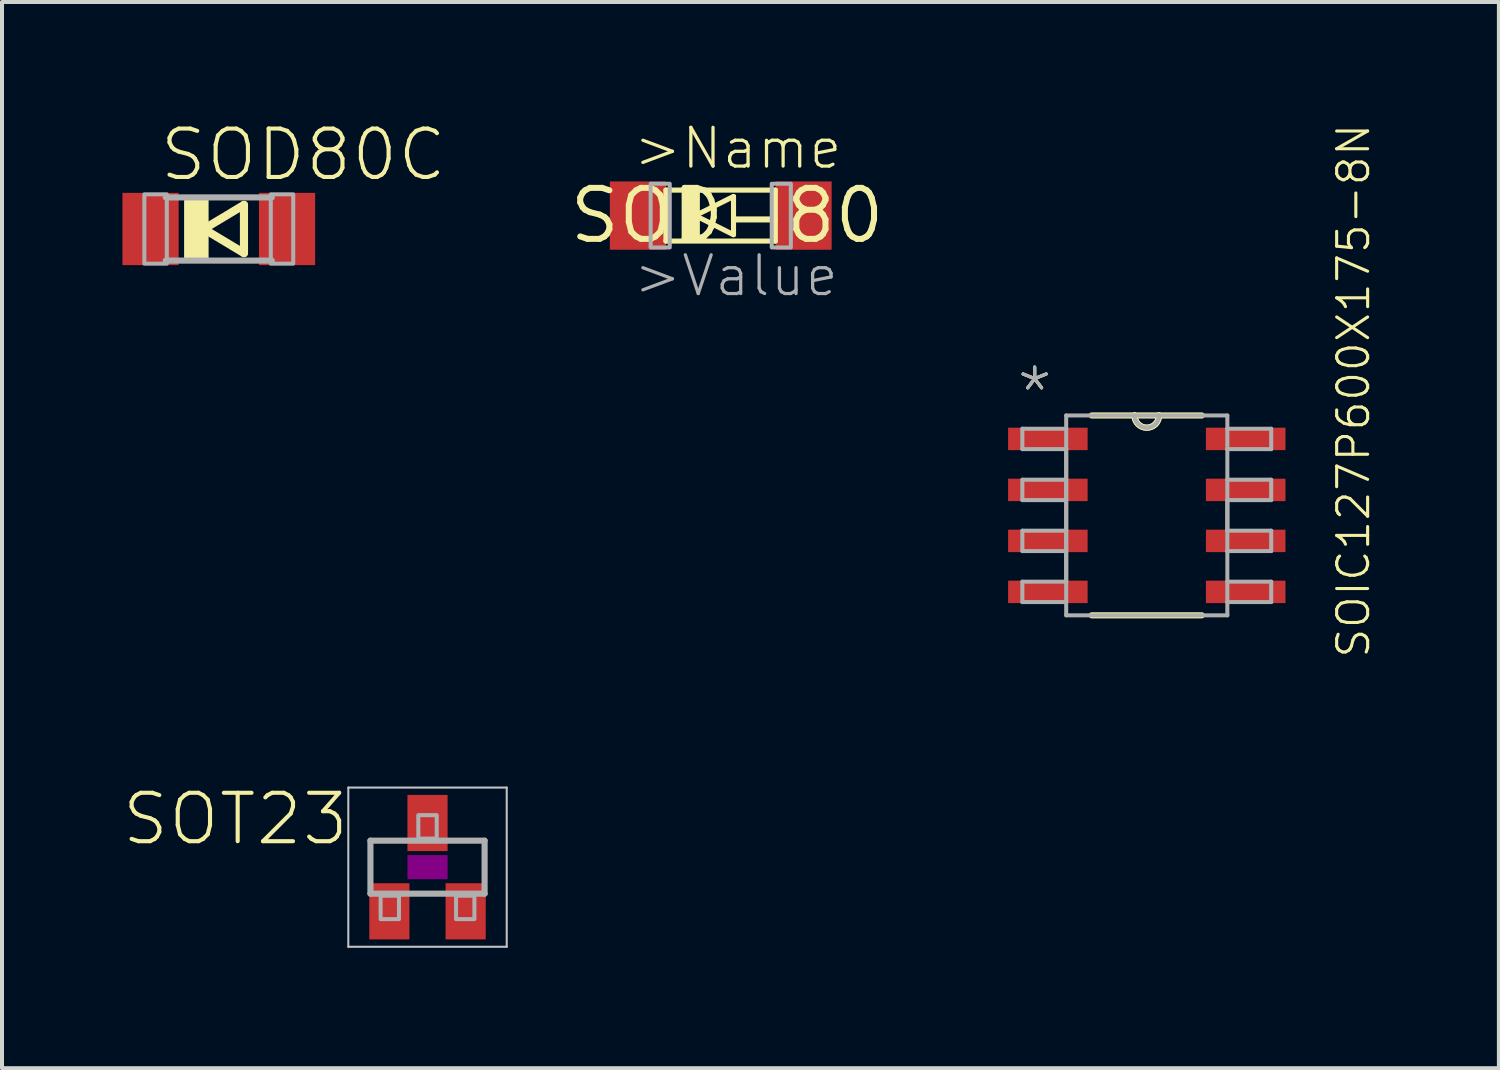
<source format=kicad_pcb>
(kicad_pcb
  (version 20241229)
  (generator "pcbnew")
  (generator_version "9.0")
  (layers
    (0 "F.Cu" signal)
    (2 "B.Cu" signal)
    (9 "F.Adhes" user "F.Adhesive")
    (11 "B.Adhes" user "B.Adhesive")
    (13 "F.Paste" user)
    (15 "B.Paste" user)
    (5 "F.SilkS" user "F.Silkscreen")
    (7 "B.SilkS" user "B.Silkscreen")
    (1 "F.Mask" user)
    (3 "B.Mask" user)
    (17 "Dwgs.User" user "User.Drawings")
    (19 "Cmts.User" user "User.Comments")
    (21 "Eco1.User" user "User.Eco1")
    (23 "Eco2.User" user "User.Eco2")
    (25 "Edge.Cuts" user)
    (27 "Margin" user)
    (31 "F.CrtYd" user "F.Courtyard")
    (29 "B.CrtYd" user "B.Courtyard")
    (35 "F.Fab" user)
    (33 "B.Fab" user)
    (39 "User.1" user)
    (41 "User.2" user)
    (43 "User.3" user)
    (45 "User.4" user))
  (footprint "SOT23"
    (layer "F.Cu")
    (at 7.599 18.55)
    (property "Reference" "SOT23" (at -1.905 -1.905 0) (layer "F.SilkS") (effects (font (size 1.206 1.206) (thickness 0.102)) (justify right top)))
    (attr through_hole)
    (fp_poly (pts (xy -0.5 0.3) (xy 0.5 0.3) (xy 0.5 -0.3) (xy -0.5 -0.3)) (stroke (width 0) (type solid)) (fill yes) (layer "F.Adhes"))
    (fp_line (start -1.973 -1.983) (end 1.973 -1.983) (stroke (width 0.051) (type solid)) (layer "Dwgs.User"))
    (fp_line (start -1.973 1.983) (end -1.973 -1.983) (stroke (width 0.051) (type solid)) (layer "Dwgs.User"))
    (fp_line (start 1.973 -1.983) (end 1.973 1.983) (stroke (width 0.051) (type solid)) (layer "Dwgs.User"))
    (fp_line (start 1.973 1.983) (end -1.973 1.983) (stroke (width 0.051) (type solid)) (layer "Dwgs.User"))
    (fp_line (start -1.422 -0.66) (end 1.422 -0.66) (stroke (width 0.152) (type solid)) (layer "F.Fab"))
    (fp_line (start -1.422 0.66) (end -1.422 -0.66) (stroke (width 0.152) (type solid)) (layer "F.Fab"))
    (fp_line (start 1.422 -0.66) (end 1.422 0.66) (stroke (width 0.152) (type solid)) (layer "F.Fab"))
    (fp_line (start 1.422 0.66) (end -1.422 0.66) (stroke (width 0.152) (type solid)) (layer "F.Fab"))
    (fp_poly (pts (xy -1.168 1.295) (xy -0.711 1.295) (xy -0.711 0.711) (xy -1.168 0.711)) (stroke (width 0.1) (type solid)) (fill no) (layer "F.Fab"))
    (fp_poly (pts (xy -0.229 -0.711) (xy 0.229 -0.711) (xy 0.229 -1.295) (xy -0.229 -1.295)) (stroke (width 0.1) (type solid)) (fill no) (layer "F.Fab"))
    (fp_poly (pts (xy 0.711 1.295) (xy 1.168 1.295) (xy 1.168 0.711) (xy 0.711 0.711)) (stroke (width 0.1) (type solid)) (fill no) (layer "F.Fab"))
    (pad "1" smd rect (at -0.95 1.1) (size 1 1.4) (layers "F.Cu" "F.Mask" "F.Paste"))
    (pad "2" smd rect (at 0.95 1.1) (size 1 1.4) (layers "F.Cu" "F.Mask" "F.Paste"))
    (pad "3" smd rect (at 0 -1.1) (size 1 1.4) (layers "F.Cu" "F.Mask" "F.Paste")))
  (footprint "SOD-80"
    (layer "F.Cu")
    (at 15.062 2.32)
    (property "Reference" "SOD-80" (at 0 0 0) (layer "F.SilkS") (effects (font (size 1.27 1.27) (thickness 0.15))))
    (attr through_hole)
    (fp_line (start -1.524 -0.635) (end 1.2 -0.635) (stroke (width 0.127) (type solid)) (layer "F.SilkS"))
    (fp_line (start -1.524 0.635) (end -1.524 -0.635) (stroke (width 0.127) (type solid)) (layer "F.SilkS"))
    (fp_line (start -0.794 0) (end 0.159 -0.476) (stroke (width 0.127) (type solid)) (layer "F.SilkS"))
    (fp_line (start 0.159 -0.476) (end 0.159 0.476) (stroke (width 0.127) (type solid)) (layer "F.SilkS"))
    (fp_line (start 0.159 0.476) (end -0.794 0) (stroke (width 0.127) (type solid)) (layer "F.SilkS"))
    (fp_line (start 1.2 -0.635) (end 1.2 0.635) (stroke (width 0.127) (type solid)) (layer "F.SilkS"))
    (fp_line (start 1.2 0.635) (end -1.524 0.635) (stroke (width 0.127) (type solid)) (layer "F.SilkS"))
    (fp_poly (pts (xy -1.035 0.635) (xy -0.679 0.635) (xy -0.679 -0.635) (xy -1.035 -0.635)) (stroke (width 0) (type solid)) (fill yes) (layer "F.SilkS"))
    (fp_poly (pts (xy -1.905 0.794) (xy -1.429 0.794) (xy -1.429 -0.794) (xy -1.905 -0.794)) (stroke (width 0.1) (type solid)) (fill no) (layer "F.Fab"))
    (fp_poly (pts (xy 1.111 0.794) (xy 1.587 0.794) (xy 1.587 -0.794) (xy 1.111 -0.794)) (stroke (width 0.1) (type solid)) (fill no) (layer "F.Fab"))
    (fp_text user ">Name" (at -2.381 -1.111 0) (layer "F.SilkS") (effects (font (size 0.965 0.965) (thickness 0.081)) (justify left bottom)))
    (fp_text user ">Value" (at -2.381 2.064 0) (layer "F.Fab") (effects (font (size 0.965 0.965) (thickness 0.081)) (justify left bottom)))
    (pad "A" smd rect (at 1.905 0) (size 1.397 1.702) (layers "F.Cu" "F.Mask" "F.Paste"))
    (pad "K" smd rect (at -2.223 0) (size 1.397 1.702) (layers "F.Cu" "F.Mask" "F.Paste")))
  (footprint "SOD80C"
    (layer "F.Cu")
    (at 2.4 2.654)
    (property "Reference" "SOD80C" (at -1.524 -1.143 0) (layer "F.SilkS") (effects (font (size 1.206 1.206) (thickness 0.102)) (justify left bottom)))
    (attr through_hole)
    (fp_line (start -0.373 0) (end 0.627 0.6) (stroke (width 0.203) (type solid)) (layer "F.SilkS"))
    (fp_line (start 0.627 -0.6) (end -0.373 0) (stroke (width 0.203) (type solid)) (layer "F.SilkS"))
    (fp_line (start 0.627 0.6) (end 0.627 -0.6) (stroke (width 0.203) (type solid)) (layer "F.SilkS"))
    (fp_poly (pts (xy -0.864 0.787) (xy -0.254 0.787) (xy -0.254 -0.787) (xy -0.864 -0.787)) (stroke (width 0) (type solid)) (fill yes) (layer "F.SilkS"))
    (fp_line (start 1.321 -0.787) (end -1.321 -0.787) (stroke (width 0.152) (type solid)) (layer "F.Fab"))
    (fp_line (start 1.321 0.787) (end -1.321 0.787) (stroke (width 0.152) (type solid)) (layer "F.Fab"))
    (fp_poly (pts (xy -1.854 0.864) (xy -1.295 0.864) (xy -1.295 -0.864) (xy -1.854 -0.864)) (stroke (width 0.1) (type solid)) (fill no) (layer "F.Fab"))
    (fp_poly (pts (xy 1.295 0.864) (xy 1.854 0.864) (xy 1.854 -0.864) (xy 1.295 -0.864)) (stroke (width 0.1) (type solid)) (fill no) (layer "F.Fab"))
    (pad "A" smd rect (at 1.7 0) (size 1.4 1.8) (layers "F.Cu" "F.Mask" "F.Paste"))
    (pad "C" smd rect (at -1.7 0) (size 1.4 1.8) (layers "F.Cu" "F.Mask" "F.Paste")))
  (footprint "SOIC127P600X175-8N"
    (layer "F.Cu")
    (at 25.515 9.788)
    (property "Reference" "SOIC127P600X175-8N" (at 5.6 3.6 90) (layer "F.SilkS") (effects (font (size 0.772 0.772) (thickness 0.077)) (justify left bottom)))
    (attr through_hole)
    (fp_line (start -1.372 2.489) (end 1.372 2.489) (stroke (width 0.152) (type solid)) (layer "F.SilkS"))
    (fp_line (start -0.305 -2.489) (end -1.372 -2.489) (stroke (width 0.152) (type solid)) (layer "F.SilkS"))
    (fp_line (start 0.305 -2.489) (end -0.305 -2.489) (stroke (width 0.152) (type solid)) (layer "F.SilkS"))
    (fp_line (start 1.372 -2.489) (end 0.305 -2.489) (stroke (width 0.152) (type solid)) (layer "F.SilkS"))
    (fp_arc (start 0.3048 -2.4892) (mid 0 -2.1844) (end -0.3048 -2.4892) (stroke (width 0.1524) (type solid)) (layer "F.SilkS"))
    (fp_arc (start 0.3048 -2.4892) (mid 0 -2.1844) (end -0.3048 -2.4892) (stroke (width 0.1524) (type solid)) (layer "F.SilkS"))
    (fp_line (start -3.099 -2.159) (end -3.099 -1.651) (stroke (width 0.1) (type solid)) (layer "F.Fab"))
    (fp_line (start -3.099 -1.651) (end -2.007 -1.651) (stroke (width 0.1) (type solid)) (layer "F.Fab"))
    (fp_line (start -3.099 -0.889) (end -3.099 -0.381) (stroke (width 0.1) (type solid)) (layer "F.Fab"))
    (fp_line (start -3.099 -0.381) (end -2.007 -0.381) (stroke (width 0.1) (type solid)) (layer "F.Fab"))
    (fp_line (start -3.099 0.381) (end -3.099 0.889) (stroke (width 0.1) (type solid)) (layer "F.Fab"))
    (fp_line (start -3.099 0.889) (end -2.007 0.889) (stroke (width 0.1) (type solid)) (layer "F.Fab"))
    (fp_line (start -3.099 1.651) (end -3.099 2.159) (stroke (width 0.1) (type solid)) (layer "F.Fab"))
    (fp_line (start -3.099 2.159) (end -2.007 2.159) (stroke (width 0.1) (type solid)) (layer "F.Fab"))
    (fp_line (start -2.007 -2.489) (end -2.007 -2.159) (stroke (width 0.1) (type solid)) (layer "F.Fab"))
    (fp_line (start -2.007 -2.159) (end -3.099 -2.159) (stroke (width 0.1) (type solid)) (layer "F.Fab"))
    (fp_line (start -2.007 -1.651) (end -2.007 -2.159) (stroke (width 0.1) (type solid)) (layer "F.Fab"))
    (fp_line (start -2.007 -1.651) (end -2.007 -0.889) (stroke (width 0.1) (type solid)) (layer "F.Fab"))
    (fp_line (start -2.007 -1.651) (end -2.007 1.651) (stroke (width 0.1) (type solid)) (layer "F.Fab"))
    (fp_line (start -2.007 -0.889) (end -3.099 -0.889) (stroke (width 0.1) (type solid)) (layer "F.Fab"))
    (fp_line (start -2.007 -0.381) (end -2.007 -0.889) (stroke (width 0.1) (type solid)) (layer "F.Fab"))
    (fp_line (start -2.007 -0.381) (end -2.007 0.381) (stroke (width 0.1) (type solid)) (layer "F.Fab"))
    (fp_line (start -2.007 0.381) (end -3.099 0.381) (stroke (width 0.1) (type solid)) (layer "F.Fab"))
    (fp_line (start -2.007 0.889) (end -2.007 0.381) (stroke (width 0.1) (type solid)) (layer "F.Fab"))
    (fp_line (start -2.007 0.889) (end -2.007 1.651) (stroke (width 0.1) (type solid)) (layer "F.Fab"))
    (fp_line (start -2.007 1.651) (end -3.099 1.651) (stroke (width 0.1) (type solid)) (layer "F.Fab"))
    (fp_line (start -2.007 2.159) (end -2.007 1.651) (stroke (width 0.1) (type solid)) (layer "F.Fab"))
    (fp_line (start -2.007 2.159) (end -2.007 2.489) (stroke (width 0.1) (type solid)) (layer "F.Fab"))
    (fp_line (start -2.007 2.489) (end 2.007 2.489) (stroke (width 0.1) (type solid)) (layer "F.Fab"))
    (fp_line (start -0.305 -2.489) (end -2.007 -2.489) (stroke (width 0.1) (type solid)) (layer "F.Fab"))
    (fp_line (start 0.305 -2.489) (end -0.305 -2.489) (stroke (width 0.1) (type solid)) (layer "F.Fab"))
    (fp_line (start 2.007 -2.489) (end 0.305 -2.489) (stroke (width 0.1) (type solid)) (layer "F.Fab"))
    (fp_line (start 2.007 -2.159) (end 2.007 -2.489) (stroke (width 0.1) (type solid)) (layer "F.Fab"))
    (fp_line (start 2.007 -2.159) (end 2.007 -1.651) (stroke (width 0.1) (type solid)) (layer "F.Fab"))
    (fp_line (start 2.007 -1.651) (end 3.099 -1.651) (stroke (width 0.1) (type solid)) (layer "F.Fab"))
    (fp_line (start 2.007 -0.889) (end 2.007 -1.651) (stroke (width 0.1) (type solid)) (layer "F.Fab"))
    (fp_line (start 2.007 -0.889) (end 2.007 -0.381) (stroke (width 0.1) (type solid)) (layer "F.Fab"))
    (fp_line (start 2.007 -0.381) (end 3.099 -0.381) (stroke (width 0.1) (type solid)) (layer "F.Fab"))
    (fp_line (start 2.007 0.381) (end 2.007 -0.381) (stroke (width 0.1) (type solid)) (layer "F.Fab"))
    (fp_line (start 2.007 0.381) (end 2.007 -0.381) (stroke (width 0.1) (type solid)) (layer "F.Fab"))
    (fp_line (start 2.007 0.381) (end 2.007 0.889) (stroke (width 0.1) (type solid)) (layer "F.Fab"))
    (fp_line (start 2.007 0.889) (end 3.099 0.889) (stroke (width 0.1) (type solid)) (layer "F.Fab"))
    (fp_line (start 2.007 1.651) (end 2.007 0.889) (stroke (width 0.1) (type solid)) (layer "F.Fab"))
    (fp_line (start 2.007 1.651) (end 2.007 2.159) (stroke (width 0.1) (type solid)) (layer "F.Fab"))
    (fp_line (start 2.007 2.159) (end 3.099 2.159) (stroke (width 0.1) (type solid)) (layer "F.Fab"))
    (fp_line (start 2.007 2.489) (end 2.007 2.159) (stroke (width 0.1) (type solid)) (layer "F.Fab"))
    (fp_line (start 3.099 -2.159) (end 2.007 -2.159) (stroke (width 0.1) (type solid)) (layer "F.Fab"))
    (fp_line (start 3.099 -1.651) (end 3.099 -2.159) (stroke (width 0.1) (type solid)) (layer "F.Fab"))
    (fp_line (start 3.099 -0.889) (end 2.007 -0.889) (stroke (width 0.1) (type solid)) (layer "F.Fab"))
    (fp_line (start 3.099 -0.381) (end 3.099 -0.889) (stroke (width 0.1) (type solid)) (layer "F.Fab"))
    (fp_line (start 3.099 0.381) (end 2.007 0.381) (stroke (width 0.1) (type solid)) (layer "F.Fab"))
    (fp_line (start 3.099 0.889) (end 3.099 0.381) (stroke (width 0.1) (type solid)) (layer "F.Fab"))
    (fp_line (start 3.099 1.651) (end 2.007 1.651) (stroke (width 0.1) (type solid)) (layer "F.Fab"))
    (fp_line (start 3.099 2.159) (end 3.099 1.651) (stroke (width 0.1) (type solid)) (layer "F.Fab"))
    (fp_arc (start 0.3048 -2.4892) (mid 0 -2.1844) (end -0.3048 -2.4892) (stroke (width 0.1) (type solid)) (layer "F.Fab"))
    (fp_arc (start 0.3048 -2.4892) (mid 0 -2.1844) (end -0.3048 -2.4892) (stroke (width 0.1) (type solid)) (layer "F.Fab"))
    (fp_text user "*" (at -3.302 -2.337 0) (layer "F.SilkS") (effects (font (size 1.206 1.206) (thickness 0.076)) (justify left bottom)))
    (fp_text user "*" (at -3.302 -2.337 0) (layer "F.SilkS") (effects (font (size 1.206 1.206) (thickness 0.076)) (justify left bottom)))
    (fp_text user "*" (at -3.302 -2.337 0) (layer "F.Fab") (effects (font (size 1.206 1.206) (thickness 0.076)) (justify left bottom)))
    (fp_text user "*" (at -3.302 -2.337 0) (layer "F.Fab") (effects (font (size 1.206 1.206) (thickness 0.076)) (justify left bottom)))
    (pad "1" smd rect (at -2.464 -1.905) (size 1.981 0.559) (layers "F.Cu" "F.Mask" "F.Paste"))
    (pad "2" smd rect (at -2.464 -0.635) (size 1.981 0.559) (layers "F.Cu" "F.Mask" "F.Paste"))
    (pad "3" smd rect (at -2.464 0.635) (size 1.981 0.559) (layers "F.Cu" "F.Mask" "F.Paste"))
    (pad "4" smd rect (at -2.464 1.905) (size 1.981 0.559) (layers "F.Cu" "F.Mask" "F.Paste"))
    (pad "5" smd rect (at 2.464 1.905) (size 1.981 0.559) (layers "F.Cu" "F.Mask" "F.Paste"))
    (pad "6" smd rect (at 2.464 0.635) (size 1.981 0.559) (layers "F.Cu" "F.Mask" "F.Paste"))
    (pad "7" smd rect (at 2.464 -0.635) (size 1.981 0.559) (layers "F.Cu" "F.Mask" "F.Paste"))
    (pad "8" smd rect (at 2.464 -1.905) (size 1.981 0.559) (layers "F.Cu" "F.Mask" "F.Paste")))
  (gr_rect
    (start -3 -3)
    (end 34.286 23.558)
    (stroke (width 0.1) (type default))
    (fill no)
    (layer "Edge.Cuts")))
</source>
